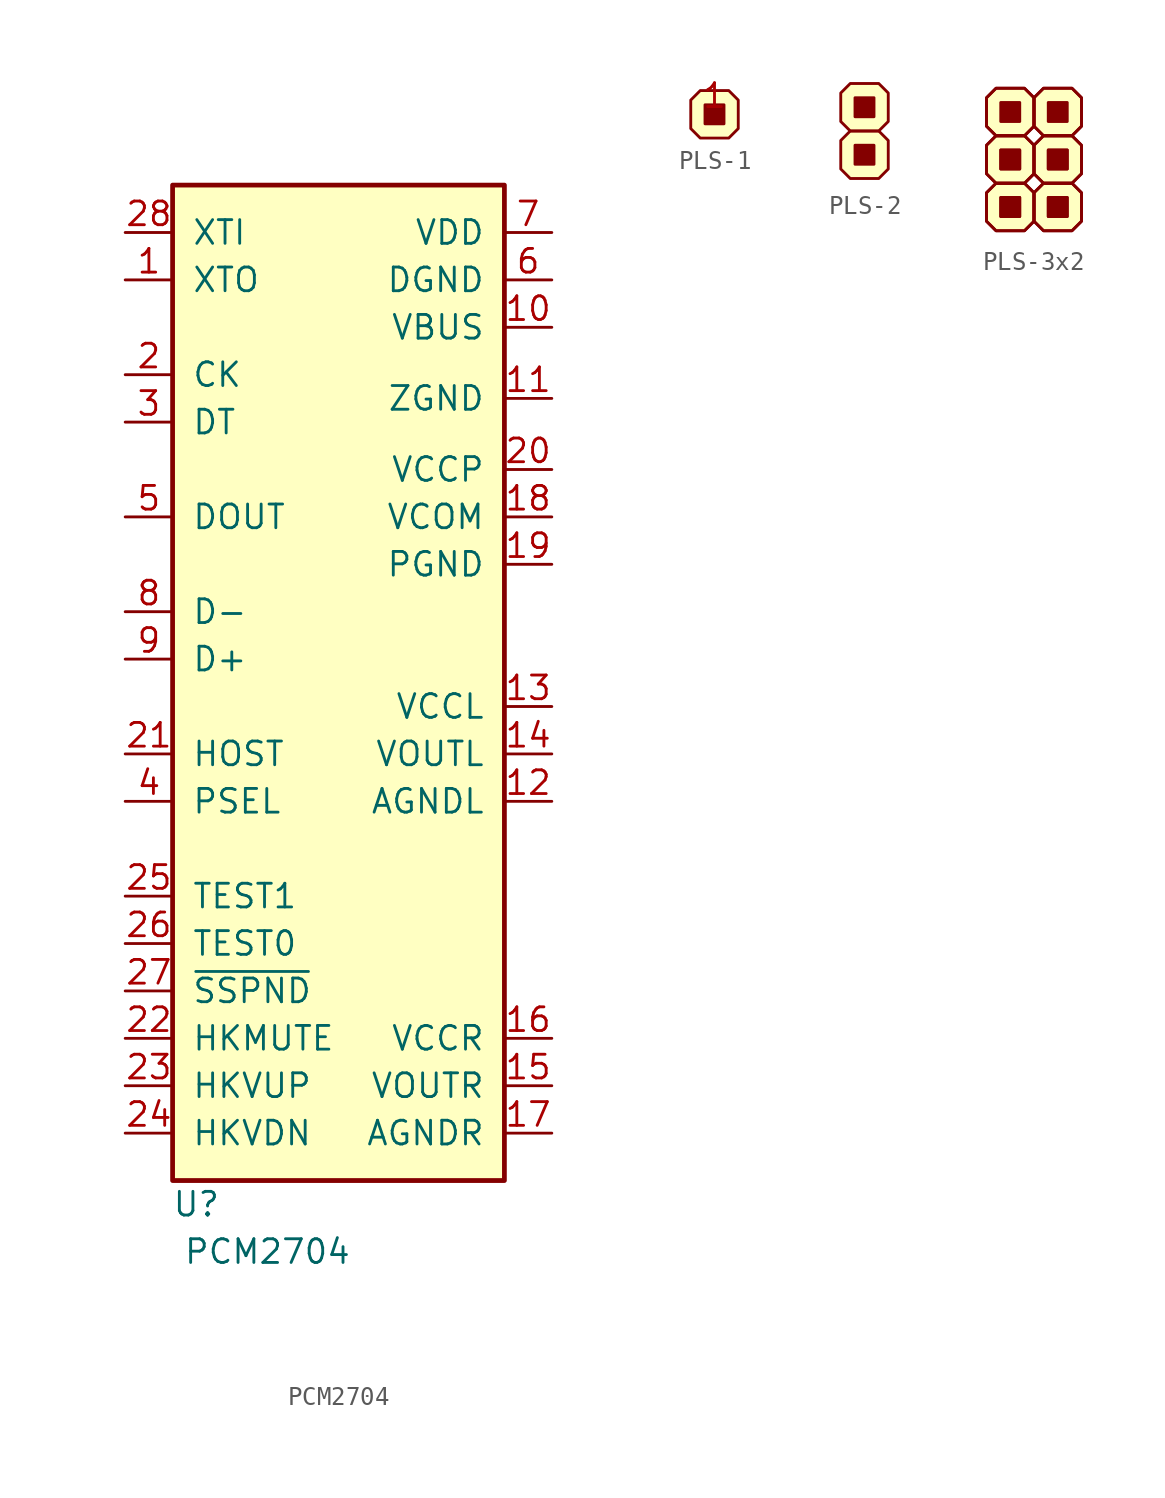
<source format=kicad_sym>
(kicad_symbol_lib
  (version 20220914)
  (generator kicad_symbol_editor)
  (symbol "PCM2704"
    (pin_names
      (offset 1.016))
    (property "Reference" "U"
      (at -7.62 -29.21 0)
      (effects (font (size 1.27 1.27))))
    (property "Value" "PCM2704"
      (at -3.81 -31.75 0)
      (effects (font (size 1.27 1.27))))
    (symbol "PCM2704_1_1"
      (rectangle (start -8.89 25.4) (end 8.89 -27.94) (stroke (width 0.254) (type solid)) (fill (type background)))
      (pin output line (at -11.43 20.32 0) (length 2.54) (name "XTO" (effects (font (size 1.27 1.27)))) (number "1" (effects (font (size 1.27 1.27)))))
      (pin power_in line (at 11.43 17.78 180) (length 2.54) (name "VBUS" (effects (font (size 1.27 1.27)))) (number "10" (effects (font (size 1.27 1.27)))))
      (pin power_in line (at 11.43 13.97 180) (length 2.54) (name "ZGND" (effects (font (size 1.27 1.27)))) (number "11" (effects (font (size 1.27 1.27)))))
      (pin power_in line (at 11.43 -7.62 180) (length 2.54) (name "AGNDL" (effects (font (size 1.27 1.27)))) (number "12" (effects (font (size 1.27 1.27)))))
      (pin power_in line (at 11.43 -2.54 180) (length 2.54) (name "VCCL" (effects (font (size 1.27 1.27)))) (number "13" (effects (font (size 1.27 1.27)))))
      (pin output line (at 11.43 -5.08 180) (length 2.54) (name "VOUTL" (effects (font (size 1.27 1.27)))) (number "14" (effects (font (size 1.27 1.27)))))
      (pin output line (at 11.43 -22.86 180) (length 2.54) (name "VOUTR" (effects (font (size 1.27 1.27)))) (number "15" (effects (font (size 1.27 1.27)))))
      (pin power_in line (at 11.43 -20.32 180) (length 2.54) (name "VCCR" (effects (font (size 1.27 1.27)))) (number "16" (effects (font (size 1.27 1.27)))))
      (pin power_in line (at 11.43 -25.4 180) (length 2.54) (name "AGNDR" (effects (font (size 1.27 1.27)))) (number "17" (effects (font (size 1.27 1.27)))))
      (pin power_in line (at 11.43 7.62 180) (length 2.54) (name "VCOM" (effects (font (size 1.27 1.27)))) (number "18" (effects (font (size 1.27 1.27)))))
      (pin power_in line (at 11.43 5.08 180) (length 2.54) (name "PGND" (effects (font (size 1.27 1.27)))) (number "19" (effects (font (size 1.27 1.27)))))
      (pin output line (at -11.43 15.24 0) (length 2.54) (name "CK" (effects (font (size 1.27 1.27)))) (number "2" (effects (font (size 1.27 1.27)))))
      (pin power_in line (at 11.43 10.16 180) (length 2.54) (name "VCCP" (effects (font (size 1.27 1.27)))) (number "20" (effects (font (size 1.27 1.27)))))
      (pin input line (at -11.43 -5.08 0) (length 2.54) (name "HOST" (effects (font (size 1.27 1.27)))) (number "21" (effects (font (size 1.27 1.27)))))
      (pin input line (at -11.43 -20.32 0) (length 2.54) (name "HKMUTE" (effects (font (size 1.27 1.27)))) (number "22" (effects (font (size 1.27 1.27)))))
      (pin input line (at -11.43 -22.86 0) (length 2.54) (name "HKVUP" (effects (font (size 1.27 1.27)))) (number "23" (effects (font (size 1.27 1.27)))))
      (pin input line (at -11.43 -25.4 0) (length 2.54) (name "HKVDN" (effects (font (size 1.27 1.27)))) (number "24" (effects (font (size 1.27 1.27)))))
      (pin input line (at -11.43 -12.7 0) (length 2.54) (name "TEST1" (effects (font (size 1.27 1.27)))) (number "25" (effects (font (size 1.27 1.27)))))
      (pin input line (at -11.43 -15.24 0) (length 2.54) (name "TEST0" (effects (font (size 1.27 1.27)))) (number "26" (effects (font (size 1.27 1.27)))))
      (pin output line (at -11.43 -17.78 0) (length 2.54) (name "~{SSPND}" (effects (font (size 1.27 1.27)))) (number "27" (effects (font (size 1.27 1.27)))))
      (pin input line (at -11.43 22.86 0) (length 2.54) (name "XTI" (effects (font (size 1.27 1.27)))) (number "28" (effects (font (size 1.27 1.27)))))
      (pin bidirectional line (at -11.43 12.7 0) (length 2.54) (name "DT" (effects (font (size 1.27 1.27)))) (number "3" (effects (font (size 1.27 1.27)))))
      (pin input line (at -11.43 -7.62 0) (length 2.54) (name "PSEL" (effects (font (size 1.27 1.27)))) (number "4" (effects (font (size 1.27 1.27)))))
      (pin output line (at -11.43 7.62 0) (length 2.54) (name "DOUT" (effects (font (size 1.27 1.27)))) (number "5" (effects (font (size 1.27 1.27)))))
      (pin power_in line (at 11.43 20.32 180) (length 2.54) (name "DGND" (effects (font (size 1.27 1.27)))) (number "6" (effects (font (size 1.27 1.27)))))
      (pin power_in line (at 11.43 22.86 180) (length 2.54) (name "VDD" (effects (font (size 1.27 1.27)))) (number "7" (effects (font (size 1.27 1.27)))))
      (pin bidirectional line (at -11.43 2.54 0) (length 2.54) (name "D-" (effects (font (size 1.27 1.27)))) (number "8" (effects (font (size 1.27 1.27)))))
      (pin bidirectional line (at -11.43 0 0) (length 2.54) (name "D+" (effects (font (size 1.27 1.27)))) (number "9" (effects (font (size 1.27 1.27)))))))
  (symbol "PLS-1"
    (pin_names
      (offset 1.016))
    (property "Reference" "J"
      (at 0 5.08 0)
      (effects (font (size 1.27 1.27)) hide))
    (symbol "PLS-1_0_1"
      (rectangle (start -0.508 0.508) (end 0.508 -0.508) (stroke (width 0) (type solid)) (fill (type outline)))
      (polyline (pts (xy -1.27 0.762) (xy -0.762 1.27) (xy 0.762 1.27) (xy 1.27 0.762) (xy 1.27 -0.762) (xy 0.762 -1.27) (xy -0.762 -1.27) (xy -1.27 -0.762) (xy -1.27 0.762)) (stroke (width 0) (type solid)) (fill (type background))))
    (symbol "PLS-1_1_1"
      (pin passive line (at 0 0 0) (length 0) (name "" (effects (font (size 1.27 1.27)))) (number "1" (effects (font (size 1.27 1.27)))))))
  (symbol "PLS-2"
    (pin_names
      (offset 1.016))
    (property "Reference" "J"
      (at 0 6.35 0)
      (effects (font (size 1.27 1.27)) hide))
    (symbol "PLS-2_0_1"
      (rectangle (start -0.508 -0.762) (end 0.508 -1.778) (stroke (width 0) (type solid)) (fill (type outline)))
      (rectangle (start -0.508 1.778) (end 0.508 0.762) (stroke (width 0) (type solid)) (fill (type outline)))
      (polyline (pts (xy -1.27 -0.508) (xy -0.762 0) (xy 0.762 0) (xy 1.27 -0.508) (xy 1.27 -2.032) (xy 0.762 -2.54) (xy -0.762 -2.54) (xy -1.27 -2.032) (xy -1.27 -0.508)) (stroke (width 0) (type solid)) (fill (type background)))
      (polyline (pts (xy -1.27 2.032) (xy -0.762 2.54) (xy 0.762 2.54) (xy 1.27 2.032) (xy 1.27 0.508) (xy 0.762 0) (xy -0.762 0) (xy -1.27 0.508) (xy -1.27 2.032)) (stroke (width 0) (type solid)) (fill (type background))))
    (symbol "PLS-2_1_1"
      (pin passive line (at 0 -1.27 0) (length 0) (name "~" (effects (font (size 1.27 1.27)))) (number "~" (effects (font (size 1.27 1.27)))))
      (pin passive line (at 0 1.27 0) (length 0) (name "~" (effects (font (size 1.27 1.27)))) (number "~" (effects (font (size 1.27 1.27)))))))
  (symbol "PLS-3x2"
    (pin_names
      (offset 1.016))
    (property "Reference" "J"
      (at 0.127 7.62 0)
      (effects (font (size 1.27 1.27)) hide))
    (symbol "PLS-3x2_0_1"
      (rectangle (start -1.778 -2.032) (end -0.762 -3.048) (stroke (width 0) (type solid)) (fill (type outline)))
      (rectangle (start -1.778 -2.032) (end -0.762 -3.048) (stroke (width 0) (type solid)) (fill (type outline)))
      (rectangle (start -1.778 0.508) (end -0.762 -0.508) (stroke (width 0) (type solid)) (fill (type outline)))
      (rectangle (start -1.778 0.508) (end -0.762 -0.508) (stroke (width 0) (type solid)) (fill (type outline)))
      (rectangle (start -1.778 3.048) (end -0.762 2.032) (stroke (width 0) (type solid)) (fill (type outline)))
      (polyline (pts (xy -2.54 -1.778) (xy -2.032 -1.27) (xy -0.508 -1.27) (xy 0 -1.778) (xy 0 -3.302) (xy -0.508 -3.81) (xy -2.032 -3.81) (xy -2.54 -3.302) (xy -2.54 -1.778)) (stroke (width 0) (type solid)) (fill (type background)))
      (polyline (pts (xy -2.54 -1.778) (xy -2.032 -1.27) (xy -0.508 -1.27) (xy 0 -1.778) (xy 0 -3.302) (xy -0.508 -3.81) (xy -2.032 -3.81) (xy -2.54 -3.302) (xy -2.54 -1.778)) (stroke (width 0) (type solid)) (fill (type background)))
      (polyline (pts (xy -2.54 0.762) (xy -2.032 1.27) (xy -0.508 1.27) (xy 0 0.762) (xy 0 -0.762) (xy -0.508 -1.27) (xy -2.032 -1.27) (xy -2.54 -0.762) (xy -2.54 0.762)) (stroke (width 0) (type solid)) (fill (type background)))
      (polyline (pts (xy -2.54 0.762) (xy -2.032 1.27) (xy -0.508 1.27) (xy 0 0.762) (xy 0 -0.762) (xy -0.508 -1.27) (xy -2.032 -1.27) (xy -2.54 -0.762) (xy -2.54 0.762)) (stroke (width 0) (type solid)) (fill (type background)))
      (polyline (pts (xy -2.54 3.302) (xy -2.032 3.81) (xy -0.508 3.81) (xy 0 3.302) (xy 0 1.778) (xy -0.508 1.27) (xy -2.032 1.27) (xy -2.54 1.778) (xy -2.54 3.302)) (stroke (width 0) (type solid)) (fill (type background)))
      (polyline (pts (xy -2.54 3.302) (xy -2.032 3.81) (xy -0.508 3.81) (xy 0 3.302) (xy 0 1.778) (xy -0.508 1.27) (xy -2.032 1.27) (xy -2.54 1.778) (xy -2.54 3.302)) (stroke (width 0) (type solid)) (fill (type background)))
      (polyline (pts (xy 0 -1.778) (xy 0.508 -1.27) (xy 2.032 -1.27) (xy 2.54 -1.778) (xy 2.54 -3.302) (xy 2.032 -3.81) (xy 0.508 -3.81) (xy 0 -3.302) (xy 0 -1.778)) (stroke (width 0) (type solid)) (fill (type background)))
      (polyline (pts (xy 0 -1.778) (xy 0.508 -1.27) (xy 2.032 -1.27) (xy 2.54 -1.778) (xy 2.54 -3.302) (xy 2.032 -3.81) (xy 0.508 -3.81) (xy 0 -3.302) (xy 0 -1.778)) (stroke (width 0) (type solid)) (fill (type background)))
      (polyline (pts (xy 0 0.762) (xy 0.508 1.27) (xy 2.032 1.27) (xy 2.54 0.762) (xy 2.54 -0.762) (xy 2.032 -1.27) (xy 0.508 -1.27) (xy 0 -0.762) (xy 0 0.762)) (stroke (width 0) (type solid)) (fill (type background)))
      (polyline (pts (xy 0 0.762) (xy 0.508 1.27) (xy 2.032 1.27) (xy 2.54 0.762) (xy 2.54 -0.762) (xy 2.032 -1.27) (xy 0.508 -1.27) (xy 0 -0.762) (xy 0 0.762)) (stroke (width 0) (type solid)) (fill (type background)))
      (polyline (pts (xy 0 3.302) (xy 0.508 3.81) (xy 2.032 3.81) (xy 2.54 3.302) (xy 2.54 1.778) (xy 2.032 1.27) (xy 0.508 1.27) (xy 0 1.778) (xy 0 3.302)) (stroke (width 0) (type solid)) (fill (type background)))
      (polyline (pts (xy 0 3.302) (xy 0.508 3.81) (xy 2.032 3.81) (xy 2.54 3.302) (xy 2.54 1.778) (xy 2.032 1.27) (xy 0.508 1.27) (xy 0 1.778) (xy 0 3.302)) (stroke (width 0) (type solid)) (fill (type background)))
      (rectangle (start 0.762 -2.032) (end 1.778 -3.048) (stroke (width 0) (type solid)) (fill (type outline)))
      (rectangle (start 0.762 -2.032) (end 1.778 -3.048) (stroke (width 0) (type solid)) (fill (type outline)))
      (rectangle (start 0.762 0.508) (end 1.778 -0.508) (stroke (width 0) (type solid)) (fill (type outline)))
      (rectangle (start 0.762 0.508) (end 1.778 -0.508) (stroke (width 0) (type solid)) (fill (type outline)))
      (rectangle (start 0.762 3.048) (end 1.778 2.032) (stroke (width 0) (type solid)) (fill (type outline))))
    (symbol "PLS-3x2_1_1"
      (pin passive line (at -1.27 -2.54 0) (length 0) (name "~" (effects (font (size 1.27 1.27)))) (number "~" (effects (font (size 1.27 1.27)))))
      (pin passive line (at -1.27 -2.54 0) (length 0) (name "~" (effects (font (size 1.27 1.27)))) (number "~" (effects (font (size 1.27 1.27)))))
      (pin passive line (at -1.27 0 0) (length 0) (name "~" (effects (font (size 1.27 1.27)))) (number "~" (effects (font (size 1.27 1.27)))))
      (pin passive line (at -1.27 0 0) (length 0) (name "~" (effects (font (size 1.27 1.27)))) (number "~" (effects (font (size 1.27 1.27)))))
      (pin passive line (at -1.27 2.54 0) (length 0) (name "~" (effects (font (size 1.27 1.27)))) (number "~" (effects (font (size 1.27 1.27)))))
      (pin passive line (at 1.27 -2.54 0) (length 0) (name "~" (effects (font (size 1.27 1.27)))) (number "~" (effects (font (size 1.27 1.27)))))
      (pin passive line (at 1.27 -2.54 0) (length 0) (name "~" (effects (font (size 1.27 1.27)))) (number "~" (effects (font (size 1.27 1.27)))))
      (pin passive line (at 1.27 0 0) (length 0) (name "~" (effects (font (size 1.27 1.27)))) (number "~" (effects (font (size 1.27 1.27)))))
      (pin passive line (at 1.27 0 0) (length 0) (name "~" (effects (font (size 1.27 1.27)))) (number "~" (effects (font (size 1.27 1.27)))))
      (pin passive line (at 1.27 2.54 0) (length 0) (name "~" (effects (font (size 1.27 1.27)))) (number "~" (effects (font (size 1.27 1.27))))))))
</source>
